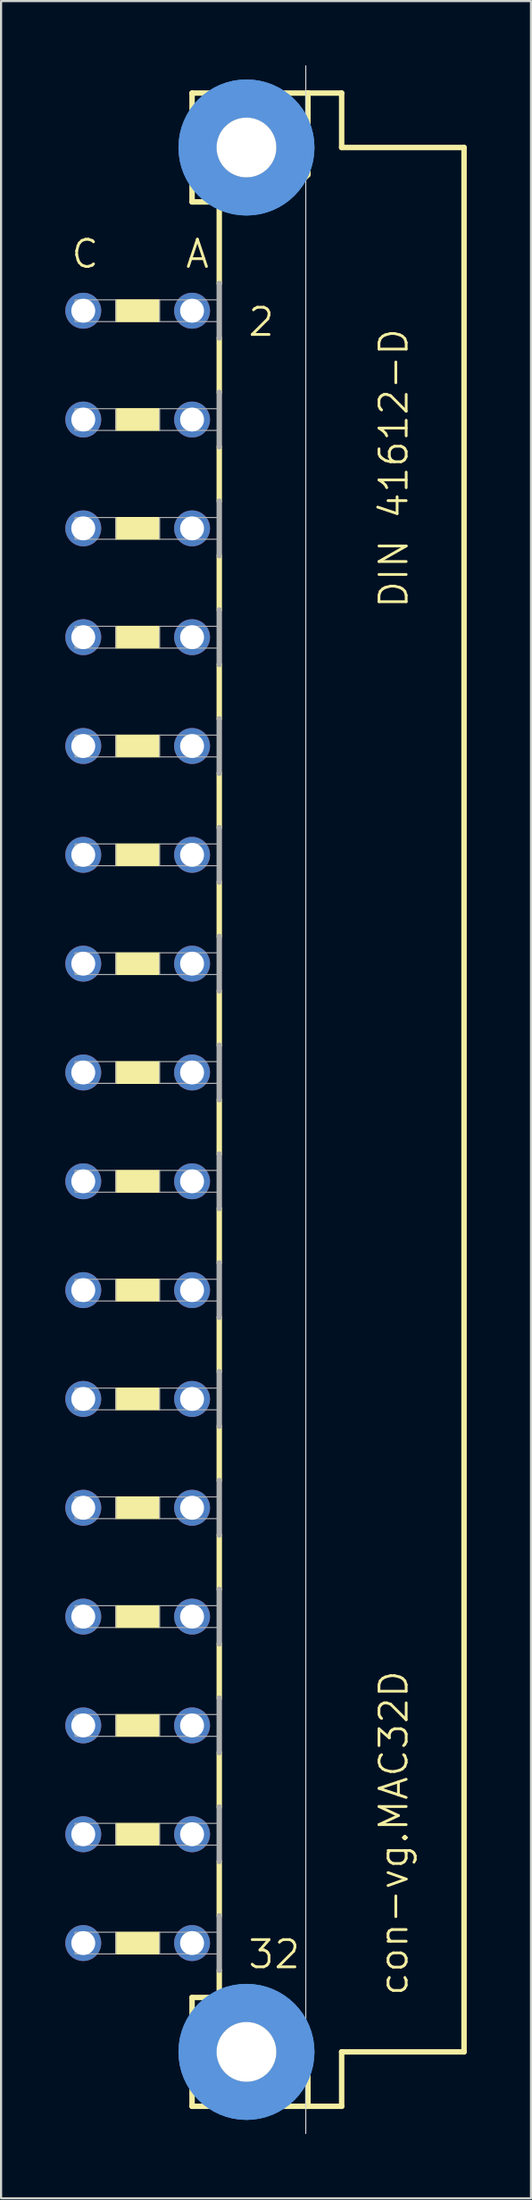
<source format=kicad_pcb>
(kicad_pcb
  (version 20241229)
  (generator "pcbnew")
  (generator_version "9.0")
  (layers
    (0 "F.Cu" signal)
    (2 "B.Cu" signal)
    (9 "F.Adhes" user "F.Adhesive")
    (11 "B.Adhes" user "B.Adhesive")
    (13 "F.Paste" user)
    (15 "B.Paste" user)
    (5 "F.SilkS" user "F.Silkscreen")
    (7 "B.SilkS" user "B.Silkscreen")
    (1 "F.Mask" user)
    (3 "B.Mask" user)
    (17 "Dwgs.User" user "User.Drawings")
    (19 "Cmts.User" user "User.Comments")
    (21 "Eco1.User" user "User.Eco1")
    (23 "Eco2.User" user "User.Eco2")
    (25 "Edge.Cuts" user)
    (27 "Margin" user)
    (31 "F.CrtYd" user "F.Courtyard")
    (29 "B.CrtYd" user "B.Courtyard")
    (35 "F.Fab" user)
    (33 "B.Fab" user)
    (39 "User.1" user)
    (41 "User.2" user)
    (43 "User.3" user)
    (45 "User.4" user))
  (footprint "con-vg.MAC32D"
    (layer "F.Cu")
    (at 8.458 48.285)
    (property "Reference" "con-vg.MAC32D" (at 7.62 41.91 90) (layer "F.SilkS") (effects (font (size 1.27 1.27) (thickness 0.13)) (justify left bottom)))
    (attr through_hole)
    (fp_line (start -2.54 -46.99) (end -2.54 -41.91) (stroke (width 0.254) (type default)) (layer "F.SilkS"))
    (fp_line (start -2.54 -41.91) (end -1.27 -41.91) (stroke (width 0.254) (type default)) (layer "F.SilkS"))
    (fp_line (start -2.54 41.91) (end -2.54 46.99) (stroke (width 0.254) (type default)) (layer "F.SilkS"))
    (fp_line (start -2.54 41.91) (end -1.27 41.91) (stroke (width 0.254) (type default)) (layer "F.SilkS"))
    (fp_line (start -2.54 46.99) (end 2.87 46.99) (stroke (width 0.254) (type default)) (layer "F.SilkS"))
    (fp_line (start -1.27 -41.91) (end -1.27 -38.1) (stroke (width 0.254) (type default)) (layer "F.SilkS"))
    (fp_line (start -1.27 -41.91) (end 1.6 -41.91) (stroke (width 0.254) (type default)) (layer "F.SilkS"))
    (fp_line (start -1.27 -35.56) (end -1.27 -33.02) (stroke (width 0.254) (type default)) (layer "F.SilkS"))
    (fp_line (start -1.27 -30.48) (end -1.27 -27.94) (stroke (width 0.254) (type default)) (layer "F.SilkS"))
    (fp_line (start -1.27 -25.4) (end -1.27 -22.86) (stroke (width 0.254) (type default)) (layer "F.SilkS"))
    (fp_line (start -1.27 -20.32) (end -1.27 -17.78) (stroke (width 0.254) (type default)) (layer "F.SilkS"))
    (fp_line (start -1.27 -15.24) (end -1.27 -12.7) (stroke (width 0.254) (type default)) (layer "F.SilkS"))
    (fp_line (start -1.27 -10.16) (end -1.27 -7.62) (stroke (width 0.254) (type default)) (layer "F.SilkS"))
    (fp_line (start -1.27 -5.08) (end -1.27 -2.54) (stroke (width 0.254) (type default)) (layer "F.SilkS"))
    (fp_line (start -1.27 0) (end -1.27 2.54) (stroke (width 0.254) (type default)) (layer "F.SilkS"))
    (fp_line (start -1.27 5.08) (end -1.27 7.62) (stroke (width 0.254) (type default)) (layer "F.SilkS"))
    (fp_line (start -1.27 10.16) (end -1.27 12.7) (stroke (width 0.254) (type default)) (layer "F.SilkS"))
    (fp_line (start -1.27 15.24) (end -1.27 17.78) (stroke (width 0.254) (type default)) (layer "F.SilkS"))
    (fp_line (start -1.27 20.32) (end -1.27 22.86) (stroke (width 0.254) (type default)) (layer "F.SilkS"))
    (fp_line (start -1.27 25.4) (end -1.27 27.94) (stroke (width 0.254) (type default)) (layer "F.SilkS"))
    (fp_line (start -1.27 30.48) (end -1.27 33.02) (stroke (width 0.254) (type default)) (layer "F.SilkS"))
    (fp_line (start -1.27 35.56) (end -1.27 38.1) (stroke (width 0.254) (type default)) (layer "F.SilkS"))
    (fp_line (start -1.27 40.64) (end -1.27 41.91) (stroke (width 0.254) (type default)) (layer "F.SilkS"))
    (fp_line (start -1.27 41.91) (end 1.27 41.91) (stroke (width 0.254) (type default)) (layer "F.SilkS"))
    (fp_line (start 1.6 -41.91) (end 2.87 -43.18) (stroke (width 0.254) (type default)) (layer "F.SilkS"))
    (fp_line (start 2.87 -46.99) (end -2.54 -46.99) (stroke (width 0.254) (type default)) (layer "F.SilkS"))
    (fp_line (start 2.87 -43.18) (end 2.87 -46.99) (stroke (width 0.254) (type default)) (layer "F.SilkS"))
    (fp_line (start 2.87 43.51) (end 1.27 41.91) (stroke (width 0.254) (type default)) (layer "F.SilkS"))
    (fp_line (start 2.87 43.51) (end 2.87 46.99) (stroke (width 0.254) (type default)) (layer "F.SilkS"))
    (fp_line (start 2.87 46.99) (end 4.445 46.99) (stroke (width 0.254) (type default)) (layer "F.SilkS"))
    (fp_line (start 4.445 -46.99) (end 2.87 -46.99) (stroke (width 0.254) (type default)) (layer "F.SilkS"))
    (fp_line (start 4.445 -44.45) (end 4.445 -46.99) (stroke (width 0.254) (type default)) (layer "F.SilkS"))
    (fp_line (start 4.445 44.45) (end 10.16 44.45) (stroke (width 0.254) (type default)) (layer "F.SilkS"))
    (fp_line (start 4.445 46.99) (end 4.445 44.45) (stroke (width 0.254) (type default)) (layer "F.SilkS"))
    (fp_line (start 10.16 -44.45) (end 4.445 -44.45) (stroke (width 0.254) (type default)) (layer "F.SilkS"))
    (fp_line (start 10.16 44.45) (end 10.16 -44.45) (stroke (width 0.254) (type default)) (layer "F.SilkS"))
    (fp_rect (start -6.096 -36.322) (end -4.064 -37.338) (stroke (width 0.05) (type default)) (fill yes) (layer "F.SilkS"))
    (fp_rect (start -6.096 -31.242) (end -4.064 -32.258) (stroke (width 0.05) (type default)) (fill yes) (layer "F.SilkS"))
    (fp_rect (start -6.096 -26.162) (end -4.064 -27.178) (stroke (width 0.05) (type default)) (fill yes) (layer "F.SilkS"))
    (fp_rect (start -6.096 -21.082) (end -4.064 -22.098) (stroke (width 0.05) (type default)) (fill yes) (layer "F.SilkS"))
    (fp_rect (start -6.096 -16.002) (end -4.064 -17.018) (stroke (width 0.05) (type default)) (fill yes) (layer "F.SilkS"))
    (fp_rect (start -6.096 -10.922) (end -4.064 -11.938) (stroke (width 0.05) (type default)) (fill yes) (layer "F.SilkS"))
    (fp_rect (start -6.096 -5.842) (end -4.064 -6.858) (stroke (width 0.05) (type default)) (fill yes) (layer "F.SilkS"))
    (fp_rect (start -6.096 -0.762) (end -4.064 -1.778) (stroke (width 0.05) (type default)) (fill yes) (layer "F.SilkS"))
    (fp_rect (start -6.096 4.318) (end -4.064 3.302) (stroke (width 0.05) (type default)) (fill yes) (layer "F.SilkS"))
    (fp_rect (start -6.096 9.398) (end -4.064 8.382) (stroke (width 0.05) (type default)) (fill yes) (layer "F.SilkS"))
    (fp_rect (start -6.096 14.478) (end -4.064 13.462) (stroke (width 0.05) (type default)) (fill yes) (layer "F.SilkS"))
    (fp_rect (start -6.096 19.558) (end -4.064 18.542) (stroke (width 0.05) (type default)) (fill yes) (layer "F.SilkS"))
    (fp_rect (start -6.096 24.638) (end -4.064 23.622) (stroke (width 0.05) (type default)) (fill yes) (layer "F.SilkS"))
    (fp_rect (start -6.096 29.718) (end -4.064 28.702) (stroke (width 0.05) (type default)) (fill yes) (layer "F.SilkS"))
    (fp_rect (start -6.096 34.798) (end -4.064 33.782) (stroke (width 0.05) (type default)) (fill yes) (layer "F.SilkS"))
    (fp_rect (start -6.096 39.878) (end -4.064 38.862) (stroke (width 0.05) (type default)) (fill yes) (layer "F.SilkS"))
    (fp_circle (center 0 -44.45) (end 2.286 -44.45) (stroke (width 1.778) (type default)) (fill no) (layer "Cmts.User"))
    (fp_circle (center 0 -44.45) (end 2.286 -44.45) (stroke (width 1.778) (type default)) (fill no) (layer "Cmts.User"))
    (fp_circle (center 0 44.45) (end 2.286 44.45) (stroke (width 1.778) (type default)) (fill no) (layer "Cmts.User"))
    (fp_circle (center 0 44.45) (end 2.286 44.45) (stroke (width 1.778) (type default)) (fill no) (layer "Cmts.User"))
    (fp_line (start 2.769 -48.26) (end 2.769 48.26) (stroke (width 0.051) (type default)) (layer "Edge.Cuts"))
    (fp_line (start -1.27 -38.1) (end -1.27 -35.56) (stroke (width 0.254) (type default)) (layer "F.Fab"))
    (fp_line (start -1.27 -33.02) (end -1.27 -30.48) (stroke (width 0.254) (type default)) (layer "F.Fab"))
    (fp_line (start -1.27 -27.94) (end -1.27 -25.4) (stroke (width 0.254) (type default)) (layer "F.Fab"))
    (fp_line (start -1.27 -22.86) (end -1.27 -20.32) (stroke (width 0.254) (type default)) (layer "F.Fab"))
    (fp_line (start -1.27 -17.78) (end -1.27 -15.24) (stroke (width 0.254) (type default)) (layer "F.Fab"))
    (fp_line (start -1.27 -12.7) (end -1.27 -10.16) (stroke (width 0.254) (type default)) (layer "F.Fab"))
    (fp_line (start -1.27 -7.62) (end -1.27 -5.08) (stroke (width 0.254) (type default)) (layer "F.Fab"))
    (fp_line (start -1.27 -2.54) (end -1.27 0) (stroke (width 0.254) (type default)) (layer "F.Fab"))
    (fp_line (start -1.27 2.54) (end -1.27 5.08) (stroke (width 0.254) (type default)) (layer "F.Fab"))
    (fp_line (start -1.27 7.62) (end -1.27 10.16) (stroke (width 0.254) (type default)) (layer "F.Fab"))
    (fp_line (start -1.27 12.7) (end -1.27 15.24) (stroke (width 0.254) (type default)) (layer "F.Fab"))
    (fp_line (start -1.27 17.78) (end -1.27 20.32) (stroke (width 0.254) (type default)) (layer "F.Fab"))
    (fp_line (start -1.27 22.86) (end -1.27 25.4) (stroke (width 0.254) (type default)) (layer "F.Fab"))
    (fp_line (start -1.27 27.94) (end -1.27 30.48) (stroke (width 0.254) (type default)) (layer "F.Fab"))
    (fp_line (start -1.27 33.02) (end -1.27 35.56) (stroke (width 0.254) (type default)) (layer "F.Fab"))
    (fp_line (start -1.27 38.1) (end -1.27 40.64) (stroke (width 0.254) (type default)) (layer "F.Fab"))
    (fp_rect (start -8.001 -36.322) (end -6.096 -37.338) (stroke (width 0.05) (type default)) (fill no) (layer "F.Fab"))
    (fp_rect (start -8.001 -31.242) (end -6.096 -32.258) (stroke (width 0.05) (type default)) (fill no) (layer "F.Fab"))
    (fp_rect (start -8.001 -26.162) (end -6.096 -27.178) (stroke (width 0.05) (type default)) (fill no) (layer "F.Fab"))
    (fp_rect (start -8.001 -21.082) (end -6.096 -22.098) (stroke (width 0.05) (type default)) (fill no) (layer "F.Fab"))
    (fp_rect (start -8.001 -16.002) (end -6.096 -17.018) (stroke (width 0.05) (type default)) (fill no) (layer "F.Fab"))
    (fp_rect (start -8.001 -10.922) (end -6.096 -11.938) (stroke (width 0.05) (type default)) (fill no) (layer "F.Fab"))
    (fp_rect (start -8.001 -5.842) (end -6.096 -6.858) (stroke (width 0.05) (type default)) (fill no) (layer "F.Fab"))
    (fp_rect (start -8.001 -0.762) (end -6.096 -1.778) (stroke (width 0.05) (type default)) (fill no) (layer "F.Fab"))
    (fp_rect (start -8.001 4.318) (end -6.096 3.302) (stroke (width 0.05) (type default)) (fill no) (layer "F.Fab"))
    (fp_rect (start -8.001 9.398) (end -6.096 8.382) (stroke (width 0.05) (type default)) (fill no) (layer "F.Fab"))
    (fp_rect (start -8.001 14.478) (end -6.096 13.462) (stroke (width 0.05) (type default)) (fill no) (layer "F.Fab"))
    (fp_rect (start -8.001 19.558) (end -6.096 18.542) (stroke (width 0.05) (type default)) (fill no) (layer "F.Fab"))
    (fp_rect (start -8.001 24.638) (end -6.096 23.622) (stroke (width 0.05) (type default)) (fill no) (layer "F.Fab"))
    (fp_rect (start -8.001 29.718) (end -6.096 28.702) (stroke (width 0.05) (type default)) (fill no) (layer "F.Fab"))
    (fp_rect (start -8.001 34.798) (end -6.096 33.782) (stroke (width 0.05) (type default)) (fill no) (layer "F.Fab"))
    (fp_rect (start -8.001 39.878) (end -6.096 38.862) (stroke (width 0.05) (type default)) (fill no) (layer "F.Fab"))
    (fp_rect (start -4.064 -36.322) (end -1.27 -37.338) (stroke (width 0.05) (type default)) (fill no) (layer "F.Fab"))
    (fp_rect (start -4.064 -31.242) (end -1.27 -32.258) (stroke (width 0.05) (type default)) (fill no) (layer "F.Fab"))
    (fp_rect (start -4.064 -26.162) (end -1.27 -27.178) (stroke (width 0.05) (type default)) (fill no) (layer "F.Fab"))
    (fp_rect (start -4.064 -21.082) (end -1.27 -22.098) (stroke (width 0.05) (type default)) (fill no) (layer "F.Fab"))
    (fp_rect (start -4.064 -16.002) (end -1.27 -17.018) (stroke (width 0.05) (type default)) (fill no) (layer "F.Fab"))
    (fp_rect (start -4.064 -10.922) (end -1.27 -11.938) (stroke (width 0.05) (type default)) (fill no) (layer "F.Fab"))
    (fp_rect (start -4.064 -5.842) (end -1.27 -6.858) (stroke (width 0.05) (type default)) (fill no) (layer "F.Fab"))
    (fp_rect (start -4.064 -0.762) (end -1.27 -1.778) (stroke (width 0.05) (type default)) (fill no) (layer "F.Fab"))
    (fp_rect (start -4.064 4.318) (end -1.27 3.302) (stroke (width 0.05) (type default)) (fill no) (layer "F.Fab"))
    (fp_rect (start -4.064 9.398) (end -1.27 8.382) (stroke (width 0.05) (type default)) (fill no) (layer "F.Fab"))
    (fp_rect (start -4.064 14.478) (end -1.27 13.462) (stroke (width 0.05) (type default)) (fill no) (layer "F.Fab"))
    (fp_rect (start -4.064 19.558) (end -1.27 18.542) (stroke (width 0.05) (type default)) (fill no) (layer "F.Fab"))
    (fp_rect (start -4.064 24.638) (end -1.27 23.622) (stroke (width 0.05) (type default)) (fill no) (layer "F.Fab"))
    (fp_rect (start -4.064 29.718) (end -1.27 28.702) (stroke (width 0.05) (type default)) (fill no) (layer "F.Fab"))
    (fp_rect (start -4.064 34.798) (end -1.27 33.782) (stroke (width 0.05) (type default)) (fill no) (layer "F.Fab"))
    (fp_rect (start -4.064 39.878) (end -1.27 38.862) (stroke (width 0.05) (type default)) (fill no) (layer "F.Fab"))
    (fp_text user "2" (at 0 -35.56 0) (layer "F.SilkS") (effects (font (size 1.27 1.27) (thickness 0.13)) (justify left bottom)))
    (fp_text user "DIN 41612-D" (at 7.62 -22.86 90) (layer "F.SilkS") (effects (font (size 1.27 1.27) (thickness 0.13)) (justify left bottom)))
    (fp_text user "C" (at -8.255 -38.735 0) (layer "F.SilkS") (effects (font (size 1.27 1.27) (thickness 0.13)) (justify left bottom)))
    (fp_text user "32" (at 0 40.64 0) (layer "F.SilkS") (effects (font (size 1.27 1.27) (thickness 0.13)) (justify left bottom)))
    (fp_text user "A" (at -2.921 -38.735 0) (layer "F.SilkS") (effects (font (size 1.27 1.27) (thickness 0.13)) (justify left bottom)))
    (pad "" np_thru_hole circle (at 0 -44.45) (size 2.794 2.794) (drill 2.794) (layers "*.Cu" "*.Mask"))
    (pad "" np_thru_hole circle (at 0 44.45) (size 2.794 2.794) (drill 2.794) (layers "*.Cu" "*.Mask"))
    (pad "A2" thru_hole circle (at -2.54 -36.83) (size 1.676 1.676) (drill 1.118) (layers "*.Cu" "*.Mask"))
    (pad "A4" thru_hole circle (at -2.54 -31.75) (size 1.676 1.676) (drill 1.118) (layers "*.Cu" "*.Mask"))
    (pad "A6" thru_hole circle (at -2.54 -26.67) (size 1.676 1.676) (drill 1.118) (layers "*.Cu" "*.Mask"))
    (pad "A8" thru_hole circle (at -2.54 -21.59) (size 1.676 1.676) (drill 1.118) (layers "*.Cu" "*.Mask"))
    (pad "A10" thru_hole circle (at -2.54 -16.51) (size 1.676 1.676) (drill 1.118) (layers "*.Cu" "*.Mask"))
    (pad "A12" thru_hole circle (at -2.54 -11.43) (size 1.676 1.676) (drill 1.118) (layers "*.Cu" "*.Mask"))
    (pad "A14" thru_hole circle (at -2.54 -6.35) (size 1.676 1.676) (drill 1.118) (layers "*.Cu" "*.Mask"))
    (pad "A16" thru_hole circle (at -2.54 -1.27) (size 1.676 1.676) (drill 1.118) (layers "*.Cu" "*.Mask"))
    (pad "A18" thru_hole circle (at -2.54 3.81) (size 1.676 1.676) (drill 1.118) (layers "*.Cu" "*.Mask"))
    (pad "A20" thru_hole circle (at -2.54 8.89) (size 1.676 1.676) (drill 1.118) (layers "*.Cu" "*.Mask"))
    (pad "A22" thru_hole circle (at -2.54 13.97) (size 1.676 1.676) (drill 1.118) (layers "*.Cu" "*.Mask"))
    (pad "A24" thru_hole circle (at -2.54 19.05) (size 1.676 1.676) (drill 1.118) (layers "*.Cu" "*.Mask"))
    (pad "A26" thru_hole circle (at -2.54 24.13) (size 1.676 1.676) (drill 1.118) (layers "*.Cu" "*.Mask"))
    (pad "A28" thru_hole circle (at -2.54 29.21) (size 1.676 1.676) (drill 1.118) (layers "*.Cu" "*.Mask"))
    (pad "A30" thru_hole circle (at -2.54 34.29) (size 1.676 1.676) (drill 1.118) (layers "*.Cu" "*.Mask"))
    (pad "A32" thru_hole circle (at -2.54 39.37) (size 1.676 1.676) (drill 1.118) (layers "*.Cu" "*.Mask"))
    (pad "C2" thru_hole circle (at -7.62 -36.83) (size 1.676 1.676) (drill 1.118) (layers "*.Cu" "*.Mask"))
    (pad "C4" thru_hole circle (at -7.62 -31.75) (size 1.676 1.676) (drill 1.118) (layers "*.Cu" "*.Mask"))
    (pad "C6" thru_hole circle (at -7.62 -26.67) (size 1.676 1.676) (drill 1.118) (layers "*.Cu" "*.Mask"))
    (pad "C8" thru_hole circle (at -7.62 -21.59) (size 1.676 1.676) (drill 1.118) (layers "*.Cu" "*.Mask"))
    (pad "C10" thru_hole circle (at -7.62 -16.51) (size 1.676 1.676) (drill 1.118) (layers "*.Cu" "*.Mask"))
    (pad "C12" thru_hole circle (at -7.62 -11.43) (size 1.676 1.676) (drill 1.118) (layers "*.Cu" "*.Mask"))
    (pad "C14" thru_hole circle (at -7.62 -6.35) (size 1.676 1.676) (drill 1.118) (layers "*.Cu" "*.Mask"))
    (pad "C16" thru_hole circle (at -7.62 -1.27) (size 1.676 1.676) (drill 1.118) (layers "*.Cu" "*.Mask"))
    (pad "C18" thru_hole circle (at -7.62 3.81) (size 1.676 1.676) (drill 1.118) (layers "*.Cu" "*.Mask"))
    (pad "C20" thru_hole circle (at -7.62 8.89) (size 1.676 1.676) (drill 1.118) (layers "*.Cu" "*.Mask"))
    (pad "C22" thru_hole circle (at -7.62 13.97) (size 1.676 1.676) (drill 1.118) (layers "*.Cu" "*.Mask"))
    (pad "C24" thru_hole circle (at -7.62 19.05) (size 1.676 1.676) (drill 1.118) (layers "*.Cu" "*.Mask"))
    (pad "C26" thru_hole circle (at -7.62 24.13) (size 1.676 1.676) (drill 1.118) (layers "*.Cu" "*.Mask"))
    (pad "C28" thru_hole circle (at -7.62 29.21) (size 1.676 1.676) (drill 1.118) (layers "*.Cu" "*.Mask"))
    (pad "C30" thru_hole circle (at -7.62 34.29) (size 1.676 1.676) (drill 1.118) (layers "*.Cu" "*.Mask"))
    (pad "C32" thru_hole circle (at -7.62 39.37) (size 1.676 1.676) (drill 1.118) (layers "*.Cu" "*.Mask")))
  (gr_rect
    (start -3 -3)
    (end 21.745 99.571)
    (stroke (width 0.1) (type default))
    (fill no)
    (layer "Edge.Cuts")))
</source>
